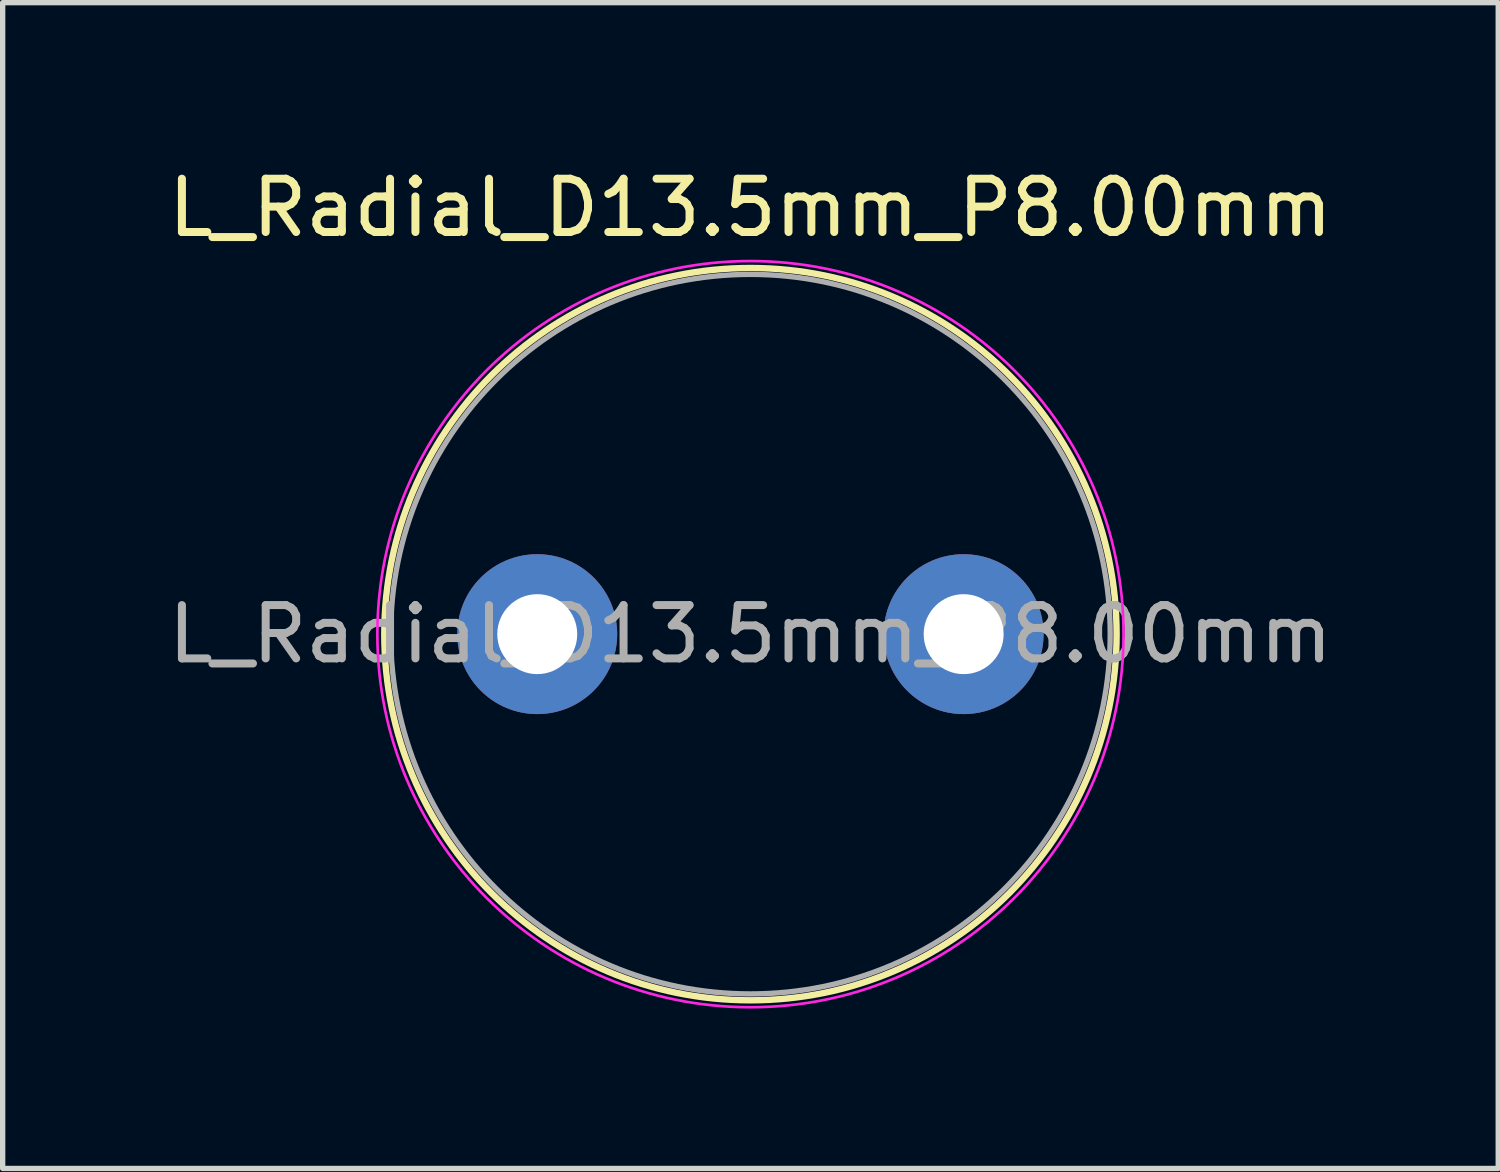
<source format=kicad_pcb>
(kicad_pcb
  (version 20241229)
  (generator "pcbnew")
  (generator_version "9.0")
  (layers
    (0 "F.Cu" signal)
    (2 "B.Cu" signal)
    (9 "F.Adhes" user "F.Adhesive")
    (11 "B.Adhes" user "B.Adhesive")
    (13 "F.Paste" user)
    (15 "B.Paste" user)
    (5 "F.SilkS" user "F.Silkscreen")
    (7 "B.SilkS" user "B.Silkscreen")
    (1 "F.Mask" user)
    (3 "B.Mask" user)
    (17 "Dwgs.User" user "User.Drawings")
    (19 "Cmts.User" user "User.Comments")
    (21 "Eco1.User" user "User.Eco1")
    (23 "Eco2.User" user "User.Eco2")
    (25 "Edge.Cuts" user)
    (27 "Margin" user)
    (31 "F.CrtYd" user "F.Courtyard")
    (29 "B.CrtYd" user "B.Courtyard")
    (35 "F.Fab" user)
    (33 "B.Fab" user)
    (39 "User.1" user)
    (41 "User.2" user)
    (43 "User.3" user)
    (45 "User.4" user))
  (footprint "L_Radial_D13.5mm_P8.00mm"
    (layer "F.Cu")
    (at 7.53 8.848)
    (property "Reference" "L_Radial_D13.5mm_P8.00mm" (at 3.5 -8 0) (layer "F.SilkS") (effects (font (size 1 1) (thickness 0.15))))
    (attr through_hole)
    (fp_circle (center 3.5 0) (end 10.37 0) (stroke (width 0.12) (type solid)) (fill no) (layer "F.SilkS"))
    (fp_circle (center 3.5 0) (end 10.5 0) (stroke (width 0.05) (type solid)) (fill no) (layer "F.CrtYd"))
    (fp_circle (center 3.5 0) (end 10.25 0) (stroke (width 0.1) (type solid)) (fill no) (layer "F.Fab"))
    (fp_text user "${REFERENCE}" (at 3.5 0 0) (layer "F.Fab") (effects (font (size 1 1) (thickness 0.15))))
    (pad "1" thru_hole circle (at -0.5 0) (size 3 3) (drill 1.5) (layers "*.Cu" "*.Mask"))
    (pad "2" thru_hole circle (at 7.5 0) (size 3 3) (drill 1.5) (layers "*.Cu" "*.Mask")))
  (gr_rect
    (start -3 -3)
    (end 25.06 18.873)
    (stroke (width 0.1) (type default))
    (fill no)
    (layer "Edge.Cuts")))
</source>
